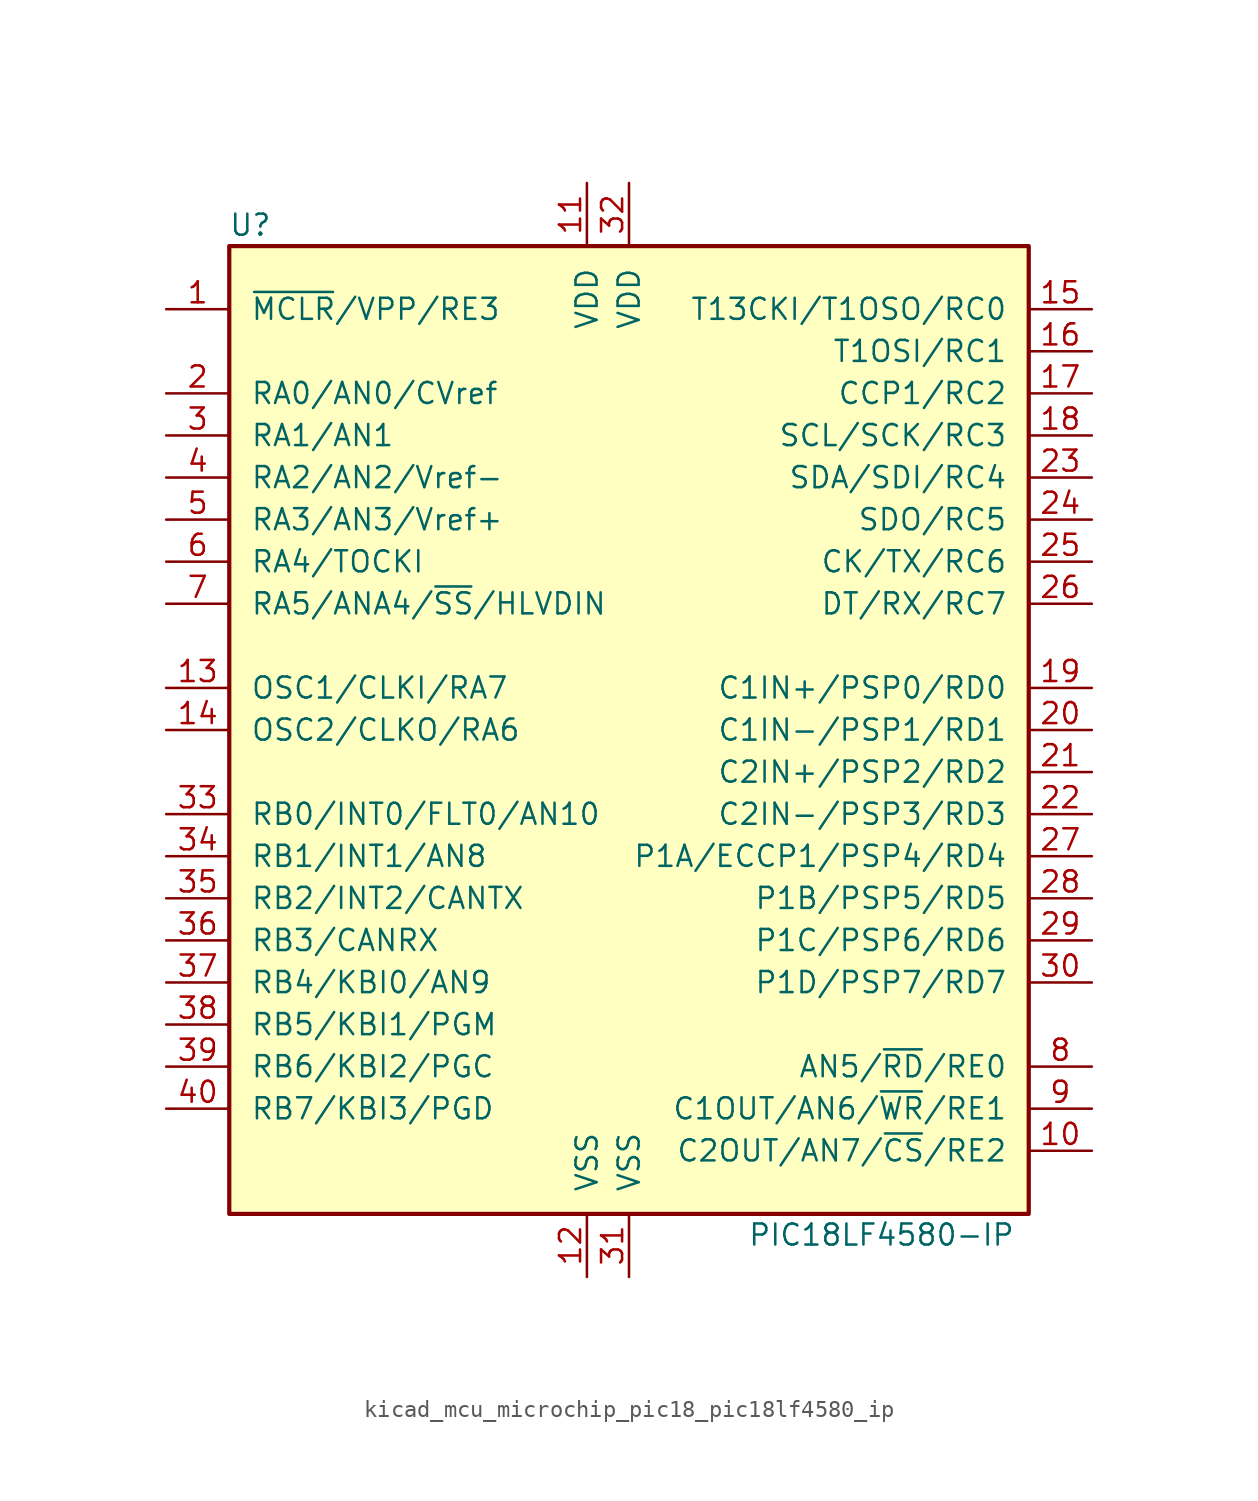
<source format=kicad_sym>
(kicad_symbol_lib
  (version 20220914)
  (generator kicad_symbol_editor)
  (symbol "kicad_mcu_microchip_pic18_pic18lf4580_ip"
    (pin_names
      (offset 1.27))
    (property "Reference" "U"
      (at -22.86 30.48 0)
      (effects (font (size 1.27 1.27))))
    (property "Value" "PIC18LF4580-IP"
      (at 15.24 -30.48 0)
      (effects (font (size 1.27 1.27))))
    (symbol "kicad_mcu_microchip_pic18_pic18lf4580_ip_0_1"
      (rectangle (start -24.13 -29.21) (end 24.13 29.21) (stroke (width 0.254) (type default)) (fill (type background))))
    (symbol "kicad_mcu_microchip_pic18_pic18lf4580_ip_1_1"
      (pin input line (at -27.94 25.4 0) (length 3.81) (name "~{MCLR}/VPP/RE3" (effects (font (size 1.27 1.27)))) (number "1" (effects (font (size 1.27 1.27)))))
      (pin bidirectional line (at 27.94 -25.4 180) (length 3.81) (name "C2OUT/AN7/~{CS}/RE2" (effects (font (size 1.27 1.27)))) (number "10" (effects (font (size 1.27 1.27)))))
      (pin power_in line (at -2.54 33.02 270) (length 3.81) (name "VDD" (effects (font (size 1.27 1.27)))) (number "11" (effects (font (size 1.27 1.27)))))
      (pin power_in line (at -2.54 -33.02 90) (length 3.81) (name "VSS" (effects (font (size 1.27 1.27)))) (number "12" (effects (font (size 1.27 1.27)))))
      (pin input line (at -27.94 2.54 0) (length 3.81) (name "OSC1/CLKI/RA7" (effects (font (size 1.27 1.27)))) (number "13" (effects (font (size 1.27 1.27)))))
      (pin output line (at -27.94 0 0) (length 3.81) (name "OSC2/CLKO/RA6" (effects (font (size 1.27 1.27)))) (number "14" (effects (font (size 1.27 1.27)))))
      (pin bidirectional line (at 27.94 25.4 180) (length 3.81) (name "T13CKI/T1OSO/RC0" (effects (font (size 1.27 1.27)))) (number "15" (effects (font (size 1.27 1.27)))))
      (pin bidirectional line (at 27.94 22.86 180) (length 3.81) (name "T1OSI/RC1" (effects (font (size 1.27 1.27)))) (number "16" (effects (font (size 1.27 1.27)))))
      (pin bidirectional line (at 27.94 20.32 180) (length 3.81) (name "CCP1/RC2" (effects (font (size 1.27 1.27)))) (number "17" (effects (font (size 1.27 1.27)))))
      (pin bidirectional line (at 27.94 17.78 180) (length 3.81) (name "SCL/SCK/RC3" (effects (font (size 1.27 1.27)))) (number "18" (effects (font (size 1.27 1.27)))))
      (pin bidirectional line (at 27.94 2.54 180) (length 3.81) (name "C1IN+/PSP0/RD0" (effects (font (size 1.27 1.27)))) (number "19" (effects (font (size 1.27 1.27)))))
      (pin bidirectional line (at -27.94 20.32 0) (length 3.81) (name "RA0/AN0/CVref" (effects (font (size 1.27 1.27)))) (number "2" (effects (font (size 1.27 1.27)))))
      (pin bidirectional line (at 27.94 0 180) (length 3.81) (name "C1IN-/PSP1/RD1" (effects (font (size 1.27 1.27)))) (number "20" (effects (font (size 1.27 1.27)))))
      (pin bidirectional line (at 27.94 -2.54 180) (length 3.81) (name "C2IN+/PSP2/RD2" (effects (font (size 1.27 1.27)))) (number "21" (effects (font (size 1.27 1.27)))))
      (pin bidirectional line (at 27.94 -5.08 180) (length 3.81) (name "C2IN-/PSP3/RD3" (effects (font (size 1.27 1.27)))) (number "22" (effects (font (size 1.27 1.27)))))
      (pin bidirectional line (at 27.94 15.24 180) (length 3.81) (name "SDA/SDI/RC4" (effects (font (size 1.27 1.27)))) (number "23" (effects (font (size 1.27 1.27)))))
      (pin bidirectional line (at 27.94 12.7 180) (length 3.81) (name "SDO/RC5" (effects (font (size 1.27 1.27)))) (number "24" (effects (font (size 1.27 1.27)))))
      (pin bidirectional line (at 27.94 10.16 180) (length 3.81) (name "CK/TX/RC6" (effects (font (size 1.27 1.27)))) (number "25" (effects (font (size 1.27 1.27)))))
      (pin bidirectional line (at 27.94 7.62 180) (length 3.81) (name "DT/RX/RC7" (effects (font (size 1.27 1.27)))) (number "26" (effects (font (size 1.27 1.27)))))
      (pin bidirectional line (at 27.94 -7.62 180) (length 3.81) (name "P1A/ECCP1/PSP4/RD4" (effects (font (size 1.27 1.27)))) (number "27" (effects (font (size 1.27 1.27)))))
      (pin bidirectional line (at 27.94 -10.16 180) (length 3.81) (name "P1B/PSP5/RD5" (effects (font (size 1.27 1.27)))) (number "28" (effects (font (size 1.27 1.27)))))
      (pin bidirectional line (at 27.94 -12.7 180) (length 3.81) (name "P1C/PSP6/RD6" (effects (font (size 1.27 1.27)))) (number "29" (effects (font (size 1.27 1.27)))))
      (pin bidirectional line (at -27.94 17.78 0) (length 3.81) (name "RA1/AN1" (effects (font (size 1.27 1.27)))) (number "3" (effects (font (size 1.27 1.27)))))
      (pin bidirectional line (at 27.94 -15.24 180) (length 3.81) (name "P1D/PSP7/RD7" (effects (font (size 1.27 1.27)))) (number "30" (effects (font (size 1.27 1.27)))))
      (pin power_in line (at 0 -33.02 90) (length 3.81) (name "VSS" (effects (font (size 1.27 1.27)))) (number "31" (effects (font (size 1.27 1.27)))))
      (pin power_in line (at 0 33.02 270) (length 3.81) (name "VDD" (effects (font (size 1.27 1.27)))) (number "32" (effects (font (size 1.27 1.27)))))
      (pin bidirectional line (at -27.94 -5.08 0) (length 3.81) (name "RB0/INT0/FLT0/AN10" (effects (font (size 1.27 1.27)))) (number "33" (effects (font (size 1.27 1.27)))))
      (pin bidirectional line (at -27.94 -7.62 0) (length 3.81) (name "RB1/INT1/AN8" (effects (font (size 1.27 1.27)))) (number "34" (effects (font (size 1.27 1.27)))))
      (pin bidirectional line (at -27.94 -10.16 0) (length 3.81) (name "RB2/INT2/CANTX" (effects (font (size 1.27 1.27)))) (number "35" (effects (font (size 1.27 1.27)))))
      (pin bidirectional line (at -27.94 -12.7 0) (length 3.81) (name "RB3/CANRX" (effects (font (size 1.27 1.27)))) (number "36" (effects (font (size 1.27 1.27)))))
      (pin bidirectional line (at -27.94 -15.24 0) (length 3.81) (name "RB4/KBI0/AN9" (effects (font (size 1.27 1.27)))) (number "37" (effects (font (size 1.27 1.27)))))
      (pin bidirectional line (at -27.94 -17.78 0) (length 3.81) (name "RB5/KBI1/PGM" (effects (font (size 1.27 1.27)))) (number "38" (effects (font (size 1.27 1.27)))))
      (pin bidirectional line (at -27.94 -20.32 0) (length 3.81) (name "RB6/KBI2/PGC" (effects (font (size 1.27 1.27)))) (number "39" (effects (font (size 1.27 1.27)))))
      (pin bidirectional line (at -27.94 15.24 0) (length 3.81) (name "RA2/AN2/Vref-" (effects (font (size 1.27 1.27)))) (number "4" (effects (font (size 1.27 1.27)))))
      (pin bidirectional line (at -27.94 -22.86 0) (length 3.81) (name "RB7/KBI3/PGD" (effects (font (size 1.27 1.27)))) (number "40" (effects (font (size 1.27 1.27)))))
      (pin bidirectional line (at -27.94 12.7 0) (length 3.81) (name "RA3/AN3/Vref+" (effects (font (size 1.27 1.27)))) (number "5" (effects (font (size 1.27 1.27)))))
      (pin bidirectional line (at -27.94 10.16 0) (length 3.81) (name "RA4/TOCKI" (effects (font (size 1.27 1.27)))) (number "6" (effects (font (size 1.27 1.27)))))
      (pin bidirectional line (at -27.94 7.62 0) (length 3.81) (name "RA5/ANA4/~{SS}/HLVDIN" (effects (font (size 1.27 1.27)))) (number "7" (effects (font (size 1.27 1.27)))))
      (pin bidirectional line (at 27.94 -20.32 180) (length 3.81) (name "AN5/~{RD}/RE0" (effects (font (size 1.27 1.27)))) (number "8" (effects (font (size 1.27 1.27)))))
      (pin bidirectional line (at 27.94 -22.86 180) (length 3.81) (name "C1OUT/AN6/~{WR}/RE1" (effects (font (size 1.27 1.27)))) (number "9" (effects (font (size 1.27 1.27))))))))
</source>
